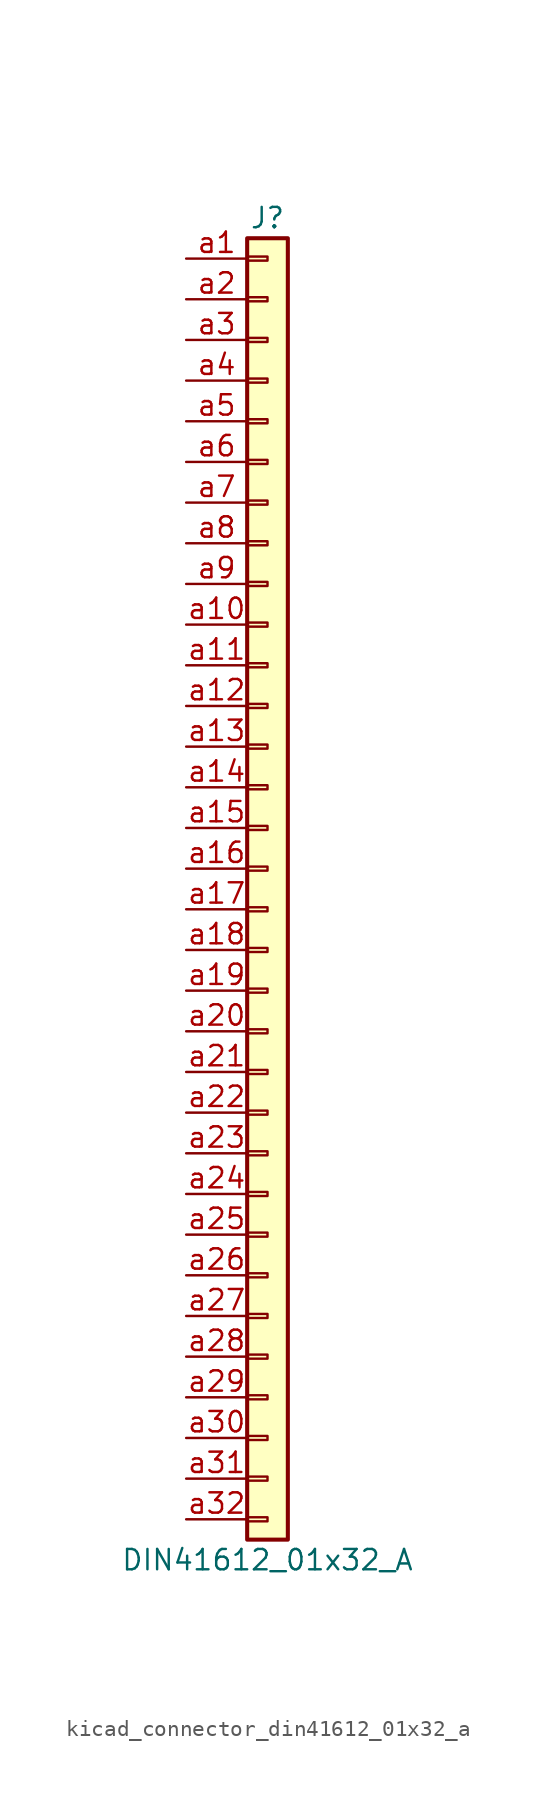
<source format=kicad_sym>
(kicad_symbol_lib
  (version 20220914)
  (generator kicad_symbol_editor)
  (symbol "kicad_connector_din41612_01x32_a"
    (pin_names
      (offset 1.016) hide)
    (property "Reference" "J"
      (at 0 40.64 0)
      (effects (font (size 1.27 1.27))))
    (property "Value" "DIN41612_01x32_A"
      (at 0 -43.18 0)
      (effects (font (size 1.27 1.27))))
    (symbol "kicad_connector_din41612_01x32_a_1_1"
      (rectangle (start -1.27 -40.513) (end 0 -40.767) (stroke (width 0.152) (type default)) (fill (type none)))
      (rectangle (start -1.27 -37.973) (end 0 -38.227) (stroke (width 0.152) (type default)) (fill (type none)))
      (rectangle (start -1.27 -35.433) (end 0 -35.687) (stroke (width 0.152) (type default)) (fill (type none)))
      (rectangle (start -1.27 -32.893) (end 0 -33.147) (stroke (width 0.152) (type default)) (fill (type none)))
      (rectangle (start -1.27 -30.353) (end 0 -30.607) (stroke (width 0.152) (type default)) (fill (type none)))
      (rectangle (start -1.27 -27.813) (end 0 -28.067) (stroke (width 0.152) (type default)) (fill (type none)))
      (rectangle (start -1.27 -25.273) (end 0 -25.527) (stroke (width 0.152) (type default)) (fill (type none)))
      (rectangle (start -1.27 -22.733) (end 0 -22.987) (stroke (width 0.152) (type default)) (fill (type none)))
      (rectangle (start -1.27 -20.193) (end 0 -20.447) (stroke (width 0.152) (type default)) (fill (type none)))
      (rectangle (start -1.27 -17.653) (end 0 -17.907) (stroke (width 0.152) (type default)) (fill (type none)))
      (rectangle (start -1.27 -15.113) (end 0 -15.367) (stroke (width 0.152) (type default)) (fill (type none)))
      (rectangle (start -1.27 -12.573) (end 0 -12.827) (stroke (width 0.152) (type default)) (fill (type none)))
      (rectangle (start -1.27 -10.033) (end 0 -10.287) (stroke (width 0.152) (type default)) (fill (type none)))
      (rectangle (start -1.27 -7.493) (end 0 -7.747) (stroke (width 0.152) (type default)) (fill (type none)))
      (rectangle (start -1.27 -4.953) (end 0 -5.207) (stroke (width 0.152) (type default)) (fill (type none)))
      (rectangle (start -1.27 -2.413) (end 0 -2.667) (stroke (width 0.152) (type default)) (fill (type none)))
      (rectangle (start -1.27 0.127) (end 0 -0.127) (stroke (width 0.152) (type default)) (fill (type none)))
      (rectangle (start -1.27 2.667) (end 0 2.413) (stroke (width 0.152) (type default)) (fill (type none)))
      (rectangle (start -1.27 5.207) (end 0 4.953) (stroke (width 0.152) (type default)) (fill (type none)))
      (rectangle (start -1.27 7.747) (end 0 7.493) (stroke (width 0.152) (type default)) (fill (type none)))
      (rectangle (start -1.27 10.287) (end 0 10.033) (stroke (width 0.152) (type default)) (fill (type none)))
      (rectangle (start -1.27 12.827) (end 0 12.573) (stroke (width 0.152) (type default)) (fill (type none)))
      (rectangle (start -1.27 15.367) (end 0 15.113) (stroke (width 0.152) (type default)) (fill (type none)))
      (rectangle (start -1.27 17.907) (end 0 17.653) (stroke (width 0.152) (type default)) (fill (type none)))
      (rectangle (start -1.27 20.447) (end 0 20.193) (stroke (width 0.152) (type default)) (fill (type none)))
      (rectangle (start -1.27 22.987) (end 0 22.733) (stroke (width 0.152) (type default)) (fill (type none)))
      (rectangle (start -1.27 25.527) (end 0 25.273) (stroke (width 0.152) (type default)) (fill (type none)))
      (rectangle (start -1.27 28.067) (end 0 27.813) (stroke (width 0.152) (type default)) (fill (type none)))
      (rectangle (start -1.27 30.607) (end 0 30.353) (stroke (width 0.152) (type default)) (fill (type none)))
      (rectangle (start -1.27 33.147) (end 0 32.893) (stroke (width 0.152) (type default)) (fill (type none)))
      (rectangle (start -1.27 35.687) (end 0 35.433) (stroke (width 0.152) (type default)) (fill (type none)))
      (rectangle (start -1.27 38.227) (end 0 37.973) (stroke (width 0.152) (type default)) (fill (type none)))
      (rectangle (start -1.27 39.37) (end 1.27 -41.91) (stroke (width 0.254) (type default)) (fill (type background)))
      (pin passive line (at -5.08 38.1 0) (length 3.81) (name "Pin_a1" (effects (font (size 1.27 1.27)))) (number "a1" (effects (font (size 1.27 1.27)))))
      (pin passive line (at -5.08 15.24 0) (length 3.81) (name "Pin_a10" (effects (font (size 1.27 1.27)))) (number "a10" (effects (font (size 1.27 1.27)))))
      (pin passive line (at -5.08 12.7 0) (length 3.81) (name "Pin_a11" (effects (font (size 1.27 1.27)))) (number "a11" (effects (font (size 1.27 1.27)))))
      (pin passive line (at -5.08 10.16 0) (length 3.81) (name "Pin_a12" (effects (font (size 1.27 1.27)))) (number "a12" (effects (font (size 1.27 1.27)))))
      (pin passive line (at -5.08 7.62 0) (length 3.81) (name "Pin_a13" (effects (font (size 1.27 1.27)))) (number "a13" (effects (font (size 1.27 1.27)))))
      (pin passive line (at -5.08 5.08 0) (length 3.81) (name "Pin_a14" (effects (font (size 1.27 1.27)))) (number "a14" (effects (font (size 1.27 1.27)))))
      (pin passive line (at -5.08 2.54 0) (length 3.81) (name "Pin_a15" (effects (font (size 1.27 1.27)))) (number "a15" (effects (font (size 1.27 1.27)))))
      (pin passive line (at -5.08 0 0) (length 3.81) (name "Pin_a16" (effects (font (size 1.27 1.27)))) (number "a16" (effects (font (size 1.27 1.27)))))
      (pin passive line (at -5.08 -2.54 0) (length 3.81) (name "Pin_a17" (effects (font (size 1.27 1.27)))) (number "a17" (effects (font (size 1.27 1.27)))))
      (pin passive line (at -5.08 -5.08 0) (length 3.81) (name "Pin_a18" (effects (font (size 1.27 1.27)))) (number "a18" (effects (font (size 1.27 1.27)))))
      (pin passive line (at -5.08 -7.62 0) (length 3.81) (name "Pin_a19" (effects (font (size 1.27 1.27)))) (number "a19" (effects (font (size 1.27 1.27)))))
      (pin passive line (at -5.08 35.56 0) (length 3.81) (name "Pin_a2" (effects (font (size 1.27 1.27)))) (number "a2" (effects (font (size 1.27 1.27)))))
      (pin passive line (at -5.08 -10.16 0) (length 3.81) (name "Pin_a20" (effects (font (size 1.27 1.27)))) (number "a20" (effects (font (size 1.27 1.27)))))
      (pin passive line (at -5.08 -12.7 0) (length 3.81) (name "Pin_a21" (effects (font (size 1.27 1.27)))) (number "a21" (effects (font (size 1.27 1.27)))))
      (pin passive line (at -5.08 -15.24 0) (length 3.81) (name "Pin_a22" (effects (font (size 1.27 1.27)))) (number "a22" (effects (font (size 1.27 1.27)))))
      (pin passive line (at -5.08 -17.78 0) (length 3.81) (name "Pin_a23" (effects (font (size 1.27 1.27)))) (number "a23" (effects (font (size 1.27 1.27)))))
      (pin passive line (at -5.08 -20.32 0) (length 3.81) (name "Pin_a24" (effects (font (size 1.27 1.27)))) (number "a24" (effects (font (size 1.27 1.27)))))
      (pin passive line (at -5.08 -22.86 0) (length 3.81) (name "Pin_a25" (effects (font (size 1.27 1.27)))) (number "a25" (effects (font (size 1.27 1.27)))))
      (pin passive line (at -5.08 -25.4 0) (length 3.81) (name "Pin_a26" (effects (font (size 1.27 1.27)))) (number "a26" (effects (font (size 1.27 1.27)))))
      (pin passive line (at -5.08 -27.94 0) (length 3.81) (name "Pin_a27" (effects (font (size 1.27 1.27)))) (number "a27" (effects (font (size 1.27 1.27)))))
      (pin passive line (at -5.08 -30.48 0) (length 3.81) (name "Pin_a28" (effects (font (size 1.27 1.27)))) (number "a28" (effects (font (size 1.27 1.27)))))
      (pin passive line (at -5.08 -33.02 0) (length 3.81) (name "Pin_a29" (effects (font (size 1.27 1.27)))) (number "a29" (effects (font (size 1.27 1.27)))))
      (pin passive line (at -5.08 33.02 0) (length 3.81) (name "Pin_a3" (effects (font (size 1.27 1.27)))) (number "a3" (effects (font (size 1.27 1.27)))))
      (pin passive line (at -5.08 -35.56 0) (length 3.81) (name "Pin_a30" (effects (font (size 1.27 1.27)))) (number "a30" (effects (font (size 1.27 1.27)))))
      (pin passive line (at -5.08 -38.1 0) (length 3.81) (name "Pin_a31" (effects (font (size 1.27 1.27)))) (number "a31" (effects (font (size 1.27 1.27)))))
      (pin passive line (at -5.08 -40.64 0) (length 3.81) (name "Pin_a32" (effects (font (size 1.27 1.27)))) (number "a32" (effects (font (size 1.27 1.27)))))
      (pin passive line (at -5.08 30.48 0) (length 3.81) (name "Pin_a4" (effects (font (size 1.27 1.27)))) (number "a4" (effects (font (size 1.27 1.27)))))
      (pin passive line (at -5.08 27.94 0) (length 3.81) (name "Pin_a5" (effects (font (size 1.27 1.27)))) (number "a5" (effects (font (size 1.27 1.27)))))
      (pin passive line (at -5.08 25.4 0) (length 3.81) (name "Pin_a6" (effects (font (size 1.27 1.27)))) (number "a6" (effects (font (size 1.27 1.27)))))
      (pin passive line (at -5.08 22.86 0) (length 3.81) (name "Pin_a7" (effects (font (size 1.27 1.27)))) (number "a7" (effects (font (size 1.27 1.27)))))
      (pin passive line (at -5.08 20.32 0) (length 3.81) (name "Pin_a8" (effects (font (size 1.27 1.27)))) (number "a8" (effects (font (size 1.27 1.27)))))
      (pin passive line (at -5.08 17.78 0) (length 3.81) (name "Pin_a9" (effects (font (size 1.27 1.27)))) (number "a9" (effects (font (size 1.27 1.27))))))))
</source>
